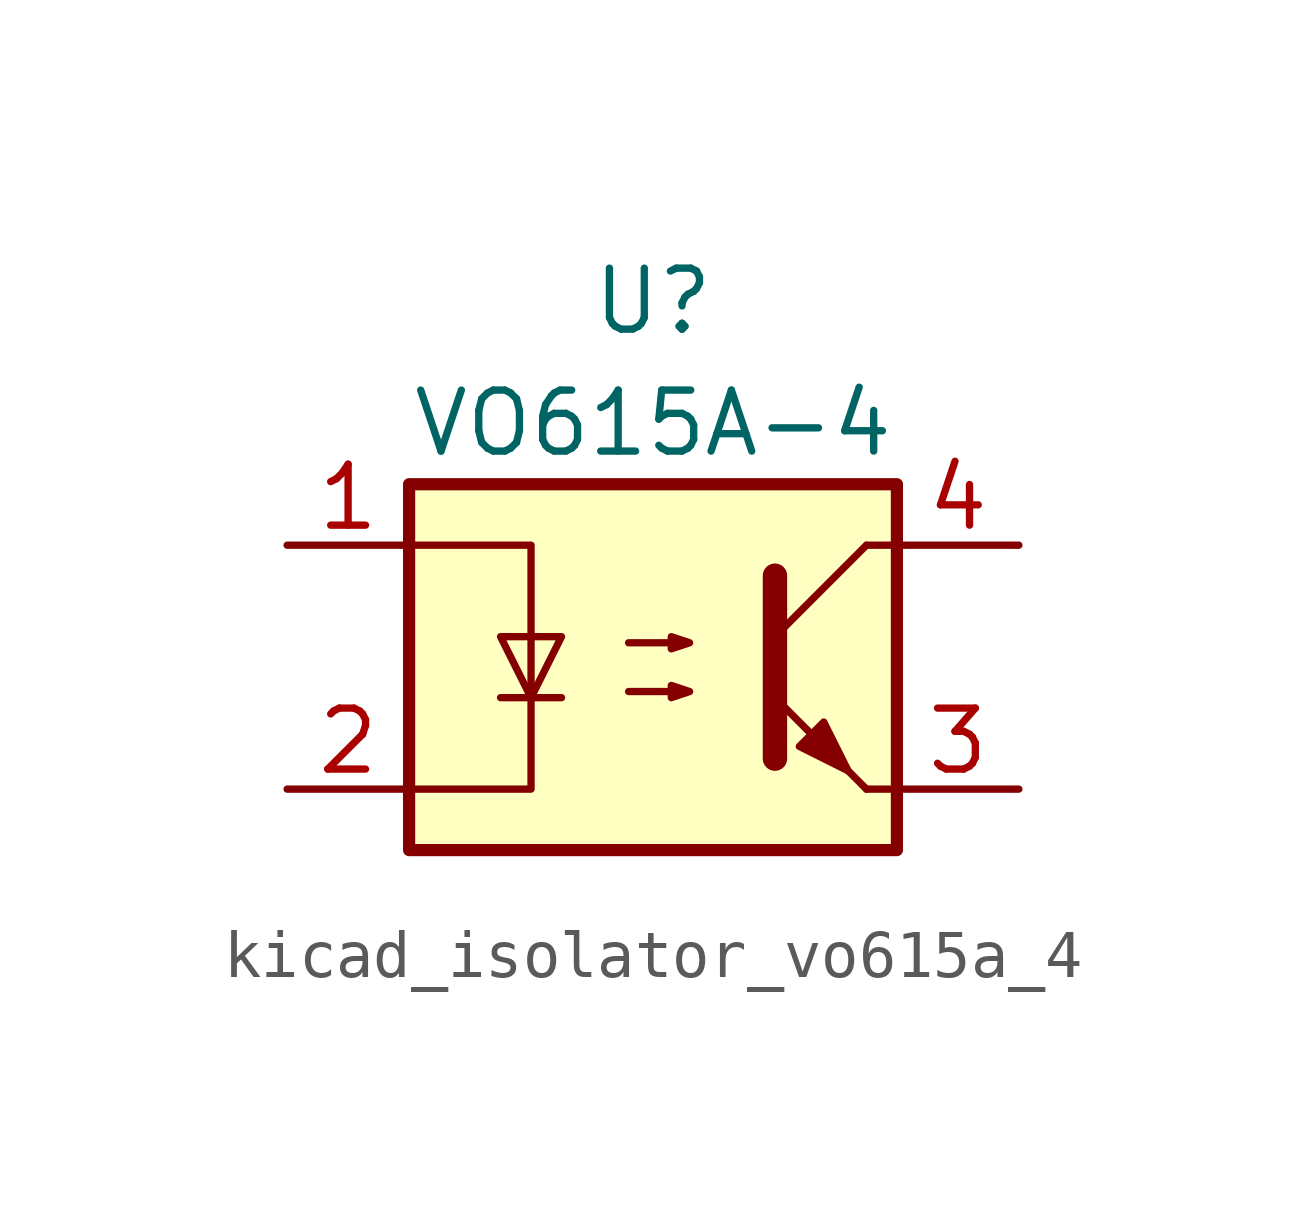
<source format=kicad_sym>
(kicad_symbol_lib
  (version 20220914)
  (generator kicad_symbol_editor)
  (symbol "kicad_isolator_vo615a_4"
    (pin_names
      (offset 0.762))
    (property "Reference" "U"
      (at 0 7.62 0)
      (effects (font (size 1.27 1.27))))
    (property "Value" "VO615A-4"
      (at 0 5.08 0)
      (effects (font (size 1.27 1.27))))
    (symbol "kicad_isolator_vo615a_4_0_1"
      (rectangle (start -5.08 3.81) (end 5.08 -3.81) (stroke (width 0.254) (type default)) (fill (type background)))
      (polyline (pts (xy -3.175 -0.635) (xy -1.905 -0.635)) (stroke (width 0) (type default)) (fill (type none)))
      (polyline (pts (xy 2.54 0.635) (xy 4.445 2.54)) (stroke (width 0) (type default)) (fill (type none)))
      (polyline (pts (xy 4.445 -2.54) (xy 2.54 -0.635)) (stroke (width 0) (type default)) (fill (type outline)))
      (polyline (pts (xy 4.445 -2.54) (xy 5.08 -2.54)) (stroke (width 0) (type default)) (fill (type none)))
      (polyline (pts (xy 4.445 2.54) (xy 5.08 2.54)) (stroke (width 0) (type default)) (fill (type none)))
      (polyline (pts (xy 2.54 1.905) (xy 2.54 -1.905) (xy 2.54 -1.905)) (stroke (width 0.508) (type default)) (fill (type none)))
      (polyline (pts (xy -5.08 2.54) (xy -2.54 2.54) (xy -2.54 -2.54) (xy -5.08 -2.54)) (stroke (width 0) (type default)) (fill (type none)))
      (polyline (pts (xy -2.54 -0.635) (xy -3.175 0.635) (xy -1.905 0.635) (xy -2.54 -0.635)) (stroke (width 0) (type default)) (fill (type none)))
      (polyline (pts (xy -0.508 -0.508) (xy 0.762 -0.508) (xy 0.381 -0.635) (xy 0.381 -0.381) (xy 0.762 -0.508)) (stroke (width 0) (type default)) (fill (type none)))
      (polyline (pts (xy -0.508 0.508) (xy 0.762 0.508) (xy 0.381 0.381) (xy 0.381 0.635) (xy 0.762 0.508)) (stroke (width 0) (type default)) (fill (type none)))
      (polyline (pts (xy 3.048 -1.651) (xy 3.556 -1.143) (xy 4.064 -2.159) (xy 3.048 -1.651) (xy 3.048 -1.651)) (stroke (width 0) (type default)) (fill (type outline))))
    (symbol "kicad_isolator_vo615a_4_1_1"
      (pin passive line (at -7.62 2.54 0) (length 2.54) (name "~" (effects (font (size 1.27 1.27)))) (number "1" (effects (font (size 1.27 1.27)))))
      (pin passive line (at -7.62 -2.54 0) (length 2.54) (name "~" (effects (font (size 1.27 1.27)))) (number "2" (effects (font (size 1.27 1.27)))))
      (pin passive line (at 7.62 -2.54 180) (length 2.54) (name "~" (effects (font (size 1.27 1.27)))) (number "3" (effects (font (size 1.27 1.27)))))
      (pin passive line (at 7.62 2.54 180) (length 2.54) (name "~" (effects (font (size 1.27 1.27)))) (number "4" (effects (font (size 1.27 1.27))))))))
</source>
